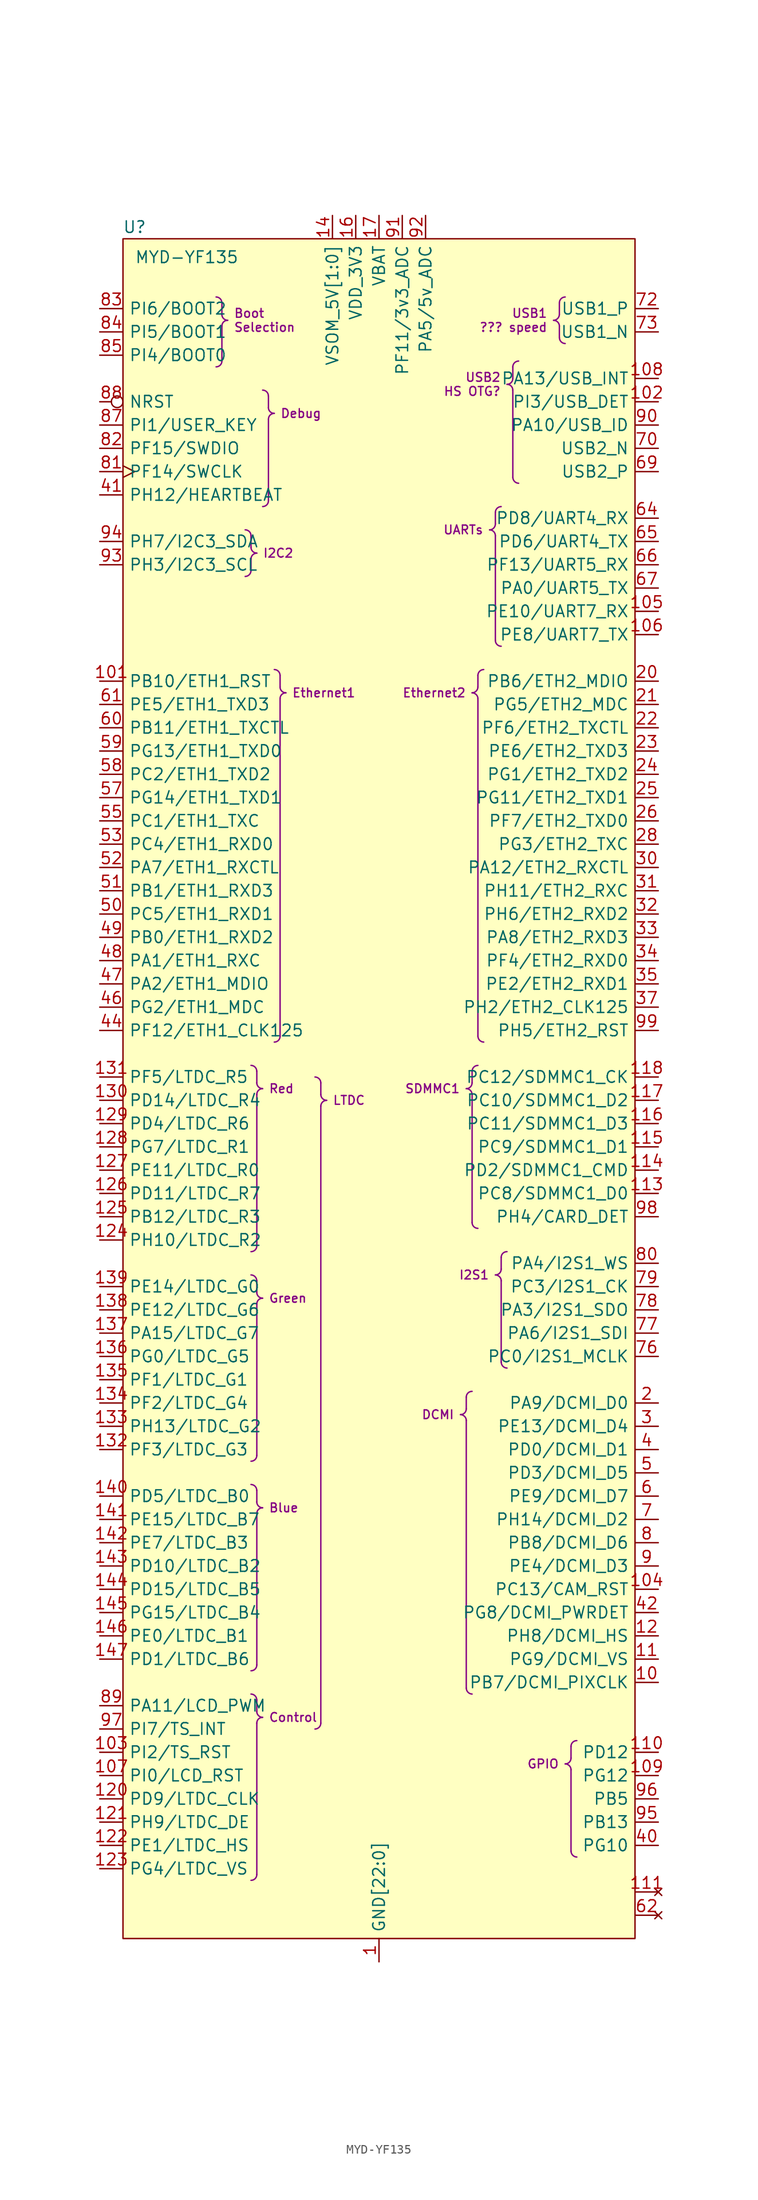
<source format=kicad_sym>
(kicad_symbol_lib
  (version 20231120)
  (generator "kicad_symbol_editor")
  (generator_version "8.0")
  (symbol "MYD-YF135"
    (pin_names
      (offset 0.635))
    (property "Reference" "U"
      (at 1.27 1.27 0)
      (do_not_autoplace)
      (effects (font (size 1.27 1.27))))
    (property "Value" "MYD-YF135"
      (at 1.27 -1.27 0)
      (do_not_autoplace)
      (effects (font (size 1.27 1.27)) (justify left top)))
    (symbol "MYD-YF135_1_0"
      (rectangle (start 0 0) (end 55.88 -185.42) (stroke (width 0) (type default)) (fill (type background)))
      (pin power_in line (at 27.94 -187.96 90) (length 2.54) (name "GND[22:0]" (effects (font (size 1.27 1.27)))) (number "1" (effects (font (size 1.27 1.27)))))
      (pin passive line (at 58.42 -157.48 180) (length 2.54) (name "PB7/DCMI_PIXCLK" (effects (font (size 1.27 1.27)))) (number "10" (effects (font (size 1.27 1.27)))))
      (pin power_in line (at 27.94 -187.96 90) (length 2.54) hide (name "GND[22:0]" (effects (font (size 1.27 1.27)))) (number "100" (effects (font (size 1.27 1.27)))))
      (pin passive line (at -2.54 -48.26 0) (length 2.54) (name "PB10/ETH1_RST" (effects (font (size 1.27 1.27)))) (number "101" (effects (font (size 1.27 1.27)))))
      (pin passive line (at 58.42 -17.78 180) (length 2.54) (name "PI3/USB_DET" (effects (font (size 1.27 1.27)))) (number "102" (effects (font (size 1.27 1.27)))))
      (pin passive line (at -2.54 -165.1 0) (length 2.54) (name "PI2/TS_RST" (effects (font (size 1.27 1.27)))) (number "103" (effects (font (size 1.27 1.27)))))
      (pin passive line (at 58.42 -147.32 180) (length 2.54) (name "PC13/CAM_RST" (effects (font (size 1.27 1.27)))) (number "104" (effects (font (size 1.27 1.27)))))
      (pin passive line (at 58.42 -40.64 180) (length 2.54) (name "PE10/UART7_RX" (effects (font (size 1.27 1.27)))) (number "105" (effects (font (size 1.27 1.27)))))
      (pin passive line (at 58.42 -43.18 180) (length 2.54) (name "PE8/UART7_TX" (effects (font (size 1.27 1.27)))) (number "106" (effects (font (size 1.27 1.27)))))
      (pin passive line (at -2.54 -167.64 0) (length 2.54) (name "PI0/LCD_RST" (effects (font (size 1.27 1.27)))) (number "107" (effects (font (size 1.27 1.27)))))
      (pin passive line (at 58.42 -15.24 180) (length 2.54) (name "PA13/USB_INT" (effects (font (size 1.27 1.27)))) (number "108" (effects (font (size 1.27 1.27)))))
      (pin passive line (at 58.42 -167.64 180) (length 2.54) (name "PG12" (effects (font (size 1.27 1.27)))) (number "109" (effects (font (size 1.27 1.27)))))
      (pin passive line (at 58.42 -154.94 180) (length 2.54) (name "PG9/DCMI_VS" (effects (font (size 1.27 1.27)))) (number "11" (effects (font (size 1.27 1.27)))))
      (pin passive line (at 58.42 -165.1 180) (length 2.54) (name "PD12" (effects (font (size 1.27 1.27)))) (number "110" (effects (font (size 1.27 1.27)))))
      (pin no_connect line (at 58.42 -180.34 180) (length 2.54) (name "" (effects (font (size 1.27 1.27)))) (number "111" (effects (font (size 1.27 1.27)))))
      (pin power_in line (at 27.94 -187.96 90) (length 2.54) hide (name "GND[22:0]" (effects (font (size 1.27 1.27)))) (number "112" (effects (font (size 1.27 1.27)))))
      (pin passive line (at 58.42 -104.14 180) (length 2.54) (name "PC8/SDMMC1_D0" (effects (font (size 1.27 1.27)))) (number "113" (effects (font (size 1.27 1.27)))))
      (pin passive line (at 58.42 -101.6 180) (length 2.54) (name "PD2/SDMMC1_CMD" (effects (font (size 1.27 1.27)))) (number "114" (effects (font (size 1.27 1.27)))))
      (pin passive line (at 58.42 -99.06 180) (length 2.54) (name "PC9/SDMMC1_D1" (effects (font (size 1.27 1.27)))) (number "115" (effects (font (size 1.27 1.27)))))
      (pin passive line (at 58.42 -96.52 180) (length 2.54) (name "PC11/SDMMC1_D3" (effects (font (size 1.27 1.27)))) (number "116" (effects (font (size 1.27 1.27)))))
      (pin passive line (at 58.42 -93.98 180) (length 2.54) (name "PC10/SDMMC1_D2" (effects (font (size 1.27 1.27)))) (number "117" (effects (font (size 1.27 1.27)))))
      (pin passive line (at 58.42 -91.44 180) (length 2.54) (name "PC12/SDMMC1_CK" (effects (font (size 1.27 1.27)))) (number "118" (effects (font (size 1.27 1.27)))))
      (pin power_in line (at 27.94 -187.96 90) (length 2.54) hide (name "GND[22:0]" (effects (font (size 1.27 1.27)))) (number "119" (effects (font (size 1.27 1.27)))))
      (pin passive line (at 58.42 -152.4 180) (length 2.54) (name "PH8/DCMI_HS" (effects (font (size 1.27 1.27)))) (number "12" (effects (font (size 1.27 1.27)))))
      (pin passive line (at -2.54 -170.18 0) (length 2.54) (name "PD9/LTDC_CLK" (effects (font (size 1.27 1.27)))) (number "120" (effects (font (size 1.27 1.27)))))
      (pin passive line (at -2.54 -172.72 0) (length 2.54) (name "PH9/LTDC_DE" (effects (font (size 1.27 1.27)))) (number "121" (effects (font (size 1.27 1.27)))))
      (pin passive line (at -2.54 -175.26 0) (length 2.54) (name "PE1/LTDC_HS" (effects (font (size 1.27 1.27)))) (number "122" (effects (font (size 1.27 1.27)))))
      (pin passive line (at -2.54 -177.8 0) (length 2.54) (name "PG4/LTDC_VS" (effects (font (size 1.27 1.27)))) (number "123" (effects (font (size 1.27 1.27)))))
      (pin passive line (at -2.54 -109.22 0) (length 2.54) (name "PH10/LTDC_R2" (effects (font (size 1.27 1.27)))) (number "124" (effects (font (size 1.27 1.27)))))
      (pin passive line (at -2.54 -106.68 0) (length 2.54) (name "PB12/LTDC_R3" (effects (font (size 1.27 1.27)))) (number "125" (effects (font (size 1.27 1.27)))))
      (pin passive line (at -2.54 -104.14 0) (length 2.54) (name "PD11/LTDC_R7" (effects (font (size 1.27 1.27)))) (number "126" (effects (font (size 1.27 1.27)))))
      (pin passive line (at -2.54 -101.6 0) (length 2.54) (name "PE11/LTDC_R0" (effects (font (size 1.27 1.27)))) (number "127" (effects (font (size 1.27 1.27)))))
      (pin passive line (at -2.54 -99.06 0) (length 2.54) (name "PG7/LTDC_R1" (effects (font (size 1.27 1.27)))) (number "128" (effects (font (size 1.27 1.27)))))
      (pin passive line (at -2.54 -96.52 0) (length 2.54) (name "PD4/LTDC_R6" (effects (font (size 1.27 1.27)))) (number "129" (effects (font (size 1.27 1.27)))))
      (pin power_in line (at 27.94 -187.96 90) (length 2.54) hide (name "GND[22:0]" (effects (font (size 1.27 1.27)))) (number "13" (effects (font (size 1.27 1.27)))))
      (pin passive line (at -2.54 -93.98 0) (length 2.54) (name "PD14/LTDC_R4" (effects (font (size 1.27 1.27)))) (number "130" (effects (font (size 1.27 1.27)))))
      (pin passive line (at -2.54 -91.44 0) (length 2.54) (name "PF5/LTDC_R5" (effects (font (size 1.27 1.27)))) (number "131" (effects (font (size 1.27 1.27)))))
      (pin passive line (at -2.54 -132.08 0) (length 2.54) (name "PF3/LTDC_G3" (effects (font (size 1.27 1.27)))) (number "132" (effects (font (size 1.27 1.27)))))
      (pin passive line (at -2.54 -129.54 0) (length 2.54) (name "PH13/LTDC_G2" (effects (font (size 1.27 1.27)))) (number "133" (effects (font (size 1.27 1.27)))))
      (pin passive line (at -2.54 -127 0) (length 2.54) (name "PF2/LTDC_G4" (effects (font (size 1.27 1.27)))) (number "134" (effects (font (size 1.27 1.27)))))
      (pin passive line (at -2.54 -124.46 0) (length 2.54) (name "PF1/LTDC_G1" (effects (font (size 1.27 1.27)))) (number "135" (effects (font (size 1.27 1.27)))))
      (pin passive line (at -2.54 -121.92 0) (length 2.54) (name "PG0/LTDC_G5" (effects (font (size 1.27 1.27)))) (number "136" (effects (font (size 1.27 1.27)))))
      (pin passive line (at -2.54 -119.38 0) (length 2.54) (name "PA15/LTDC_G7" (effects (font (size 1.27 1.27)))) (number "137" (effects (font (size 1.27 1.27)))))
      (pin passive line (at -2.54 -116.84 0) (length 2.54) (name "PE12/LTDC_G6" (effects (font (size 1.27 1.27)))) (number "138" (effects (font (size 1.27 1.27)))))
      (pin passive line (at -2.54 -114.3 0) (length 2.54) (name "PE14/LTDC_G0" (effects (font (size 1.27 1.27)))) (number "139" (effects (font (size 1.27 1.27)))))
      (pin power_in line (at 22.86 2.54 270) (length 2.54) (name "VSOM_5V[1:0]" (effects (font (size 1.27 1.27)))) (number "14" (effects (font (size 1.27 1.27)))))
      (pin passive line (at -2.54 -137.16 0) (length 2.54) (name "PD5/LTDC_B0" (effects (font (size 1.27 1.27)))) (number "140" (effects (font (size 1.27 1.27)))))
      (pin passive line (at -2.54 -139.7 0) (length 2.54) (name "PE15/LTDC_B7" (effects (font (size 1.27 1.27)))) (number "141" (effects (font (size 1.27 1.27)))))
      (pin passive line (at -2.54 -142.24 0) (length 2.54) (name "PE7/LTDC_B3" (effects (font (size 1.27 1.27)))) (number "142" (effects (font (size 1.27 1.27)))))
      (pin passive line (at -2.54 -144.78 0) (length 2.54) (name "PD10/LTDC_B2" (effects (font (size 1.27 1.27)))) (number "143" (effects (font (size 1.27 1.27)))))
      (pin passive line (at -2.54 -147.32 0) (length 2.54) (name "PD15/LTDC_B5" (effects (font (size 1.27 1.27)))) (number "144" (effects (font (size 1.27 1.27)))))
      (pin passive line (at -2.54 -149.86 0) (length 2.54) (name "PG15/LTDC_B4" (effects (font (size 1.27 1.27)))) (number "145" (effects (font (size 1.27 1.27)))))
      (pin passive line (at -2.54 -152.4 0) (length 2.54) (name "PE0/LTDC_B1" (effects (font (size 1.27 1.27)))) (number "146" (effects (font (size 1.27 1.27)))))
      (pin passive line (at -2.54 -154.94 0) (length 2.54) (name "PD1/LTDC_B6" (effects (font (size 1.27 1.27)))) (number "147" (effects (font (size 1.27 1.27)))))
      (pin power_in line (at 27.94 -187.96 90) (length 2.54) hide (name "GND[22:0]" (effects (font (size 1.27 1.27)))) (number "148" (effects (font (size 1.27 1.27)))))
      (pin power_in line (at 22.86 2.54 270) (length 2.54) hide (name "VSOM_5V[1:0]" (effects (font (size 1.27 1.27)))) (number "15" (effects (font (size 1.27 1.27)))))
      (pin power_in line (at 25.4 2.54 270) (length 2.54) (name "VDD_3V3" (effects (font (size 1.27 1.27)))) (number "16" (effects (font (size 1.27 1.27)))))
      (pin power_in line (at 27.94 2.54 270) (length 2.54) (name "VBAT" (effects (font (size 1.27 1.27)))) (number "17" (effects (font (size 1.27 1.27)))))
      (pin power_in line (at 27.94 -187.96 90) (length 2.54) hide (name "GND[22:0]" (effects (font (size 1.27 1.27)))) (number "18" (effects (font (size 1.27 1.27)))))
      (pin power_in line (at 27.94 -187.96 90) (length 2.54) hide (name "GND[22:0]" (effects (font (size 1.27 1.27)))) (number "19" (effects (font (size 1.27 1.27)))))
      (pin passive line (at 58.42 -127 180) (length 2.54) (name "PA9/DCMI_D0" (effects (font (size 1.27 1.27)))) (number "2" (effects (font (size 1.27 1.27)))))
      (pin passive line (at 58.42 -48.26 180) (length 2.54) (name "PB6/ETH2_MDIO" (effects (font (size 1.27 1.27)))) (number "20" (effects (font (size 1.27 1.27)))))
      (pin passive line (at 58.42 -50.8 180) (length 2.54) (name "PG5/ETH2_MDC" (effects (font (size 1.27 1.27)))) (number "21" (effects (font (size 1.27 1.27)))))
      (pin passive line (at 58.42 -53.34 180) (length 2.54) (name "PF6/ETH2_TXCTL" (effects (font (size 1.27 1.27)))) (number "22" (effects (font (size 1.27 1.27)))))
      (pin passive line (at 58.42 -55.88 180) (length 2.54) (name "PE6/ETH2_TXD3" (effects (font (size 1.27 1.27)))) (number "23" (effects (font (size 1.27 1.27)))))
      (pin passive line (at 58.42 -58.42 180) (length 2.54) (name "PG1/ETH2_TXD2" (effects (font (size 1.27 1.27)))) (number "24" (effects (font (size 1.27 1.27)))))
      (pin passive line (at 58.42 -60.96 180) (length 2.54) (name "PG11/ETH2_TXD1" (effects (font (size 1.27 1.27)))) (number "25" (effects (font (size 1.27 1.27)))))
      (pin passive line (at 58.42 -63.5 180) (length 2.54) (name "PF7/ETH2_TXD0" (effects (font (size 1.27 1.27)))) (number "26" (effects (font (size 1.27 1.27)))))
      (pin power_in line (at 27.94 -187.96 90) (length 2.54) hide (name "GND[22:0]" (effects (font (size 1.27 1.27)))) (number "27" (effects (font (size 1.27 1.27)))))
      (pin passive line (at 58.42 -66.04 180) (length 2.54) (name "PG3/ETH2_TXC" (effects (font (size 1.27 1.27)))) (number "28" (effects (font (size 1.27 1.27)))))
      (pin power_in line (at 27.94 -187.96 90) (length 2.54) hide (name "GND[22:0]" (effects (font (size 1.27 1.27)))) (number "29" (effects (font (size 1.27 1.27)))))
      (pin passive line (at 58.42 -129.54 180) (length 2.54) (name "PE13/DCMI_D4" (effects (font (size 1.27 1.27)))) (number "3" (effects (font (size 1.27 1.27)))))
      (pin passive line (at 58.42 -68.58 180) (length 2.54) (name "PA12/ETH2_RXCTL" (effects (font (size 1.27 1.27)))) (number "30" (effects (font (size 1.27 1.27)))))
      (pin passive line (at 58.42 -71.12 180) (length 2.54) (name "PH11/ETH2_RXC" (effects (font (size 1.27 1.27)))) (number "31" (effects (font (size 1.27 1.27)))))
      (pin passive line (at 58.42 -73.66 180) (length 2.54) (name "PH6/ETH2_RXD2" (effects (font (size 1.27 1.27)))) (number "32" (effects (font (size 1.27 1.27)))))
      (pin passive line (at 58.42 -76.2 180) (length 2.54) (name "PA8/ETH2_RXD3" (effects (font (size 1.27 1.27)))) (number "33" (effects (font (size 1.27 1.27)))))
      (pin passive line (at 58.42 -78.74 180) (length 2.54) (name "PF4/ETH2_RXD0" (effects (font (size 1.27 1.27)))) (number "34" (effects (font (size 1.27 1.27)))))
      (pin passive line (at 58.42 -81.28 180) (length 2.54) (name "PE2/ETH2_RXD1" (effects (font (size 1.27 1.27)))) (number "35" (effects (font (size 1.27 1.27)))))
      (pin power_in line (at 27.94 -187.96 90) (length 2.54) hide (name "GND[22:0]" (effects (font (size 1.27 1.27)))) (number "36" (effects (font (size 1.27 1.27)))))
      (pin passive line (at 58.42 -83.82 180) (length 2.54) (name "PH2/ETH2_CLK125" (effects (font (size 1.27 1.27)))) (number "37" (effects (font (size 1.27 1.27)))))
      (pin power_in line (at 27.94 -187.96 90) (length 2.54) hide (name "GND[22:0]" (effects (font (size 1.27 1.27)))) (number "38" (effects (font (size 1.27 1.27)))))
      (pin power_in line (at 27.94 -187.96 90) (length 2.54) hide (name "GND[22:0]" (effects (font (size 1.27 1.27)))) (number "39" (effects (font (size 1.27 1.27)))))
      (pin passive line (at 58.42 -132.08 180) (length 2.54) (name "PD0/DCMI_D1" (effects (font (size 1.27 1.27)))) (number "4" (effects (font (size 1.27 1.27)))))
      (pin passive line (at 58.42 -175.26 180) (length 2.54) (name "PG10" (effects (font (size 1.27 1.27)))) (number "40" (effects (font (size 1.27 1.27)))))
      (pin passive line (at -2.54 -27.94 0) (length 2.54) (name "PH12/HEARTBEAT" (effects (font (size 1.27 1.27)))) (number "41" (effects (font (size 1.27 1.27)))))
      (pin passive line (at 58.42 -149.86 180) (length 2.54) (name "PG8/DCMI_PWRDET" (effects (font (size 1.27 1.27)))) (number "42" (effects (font (size 1.27 1.27)))))
      (pin power_in line (at 27.94 -187.96 90) (length 2.54) hide (name "GND[22:0]" (effects (font (size 1.27 1.27)))) (number "43" (effects (font (size 1.27 1.27)))))
      (pin passive line (at -2.54 -86.36 0) (length 2.54) (name "PF12/ETH1_CLK125" (effects (font (size 1.27 1.27)))) (number "44" (effects (font (size 1.27 1.27)))))
      (pin power_in line (at 27.94 -187.96 90) (length 2.54) hide (name "GND[22:0]" (effects (font (size 1.27 1.27)))) (number "45" (effects (font (size 1.27 1.27)))))
      (pin passive line (at -2.54 -83.82 0) (length 2.54) (name "PG2/ETH1_MDC" (effects (font (size 1.27 1.27)))) (number "46" (effects (font (size 1.27 1.27)))))
      (pin passive line (at -2.54 -81.28 0) (length 2.54) (name "PA2/ETH1_MDIO" (effects (font (size 1.27 1.27)))) (number "47" (effects (font (size 1.27 1.27)))))
      (pin passive line (at -2.54 -78.74 0) (length 2.54) (name "PA1/ETH1_RXC" (effects (font (size 1.27 1.27)))) (number "48" (effects (font (size 1.27 1.27)))))
      (pin passive line (at -2.54 -76.2 0) (length 2.54) (name "PB0/ETH1_RXD2" (effects (font (size 1.27 1.27)))) (number "49" (effects (font (size 1.27 1.27)))))
      (pin passive line (at 58.42 -134.62 180) (length 2.54) (name "PD3/DCMI_D5" (effects (font (size 1.27 1.27)))) (number "5" (effects (font (size 1.27 1.27)))))
      (pin passive line (at -2.54 -73.66 0) (length 2.54) (name "PC5/ETH1_RXD1" (effects (font (size 1.27 1.27)))) (number "50" (effects (font (size 1.27 1.27)))))
      (pin passive line (at -2.54 -71.12 0) (length 2.54) (name "PB1/ETH1_RXD3" (effects (font (size 1.27 1.27)))) (number "51" (effects (font (size 1.27 1.27)))))
      (pin passive line (at -2.54 -68.58 0) (length 2.54) (name "PA7/ETH1_RXCTL" (effects (font (size 1.27 1.27)))) (number "52" (effects (font (size 1.27 1.27)))))
      (pin passive line (at -2.54 -66.04 0) (length 2.54) (name "PC4/ETH1_RXD0" (effects (font (size 1.27 1.27)))) (number "53" (effects (font (size 1.27 1.27)))))
      (pin power_in line (at 27.94 -187.96 90) (length 2.54) hide (name "GND[22:0]" (effects (font (size 1.27 1.27)))) (number "54" (effects (font (size 1.27 1.27)))))
      (pin passive line (at -2.54 -63.5 0) (length 2.54) (name "PC1/ETH1_TXC" (effects (font (size 1.27 1.27)))) (number "55" (effects (font (size 1.27 1.27)))))
      (pin power_in line (at 27.94 -187.96 90) (length 2.54) hide (name "GND[22:0]" (effects (font (size 1.27 1.27)))) (number "56" (effects (font (size 1.27 1.27)))))
      (pin passive line (at -2.54 -60.96 0) (length 2.54) (name "PG14/ETH1_TXD1" (effects (font (size 1.27 1.27)))) (number "57" (effects (font (size 1.27 1.27)))))
      (pin passive line (at -2.54 -58.42 0) (length 2.54) (name "PC2/ETH1_TXD2" (effects (font (size 1.27 1.27)))) (number "58" (effects (font (size 1.27 1.27)))))
      (pin passive line (at -2.54 -55.88 0) (length 2.54) (name "PG13/ETH1_TXD0" (effects (font (size 1.27 1.27)))) (number "59" (effects (font (size 1.27 1.27)))))
      (pin passive line (at 58.42 -137.16 180) (length 2.54) (name "PE9/DCMI_D7" (effects (font (size 1.27 1.27)))) (number "6" (effects (font (size 1.27 1.27)))))
      (pin passive line (at -2.54 -53.34 0) (length 2.54) (name "PB11/ETH1_TXCTL" (effects (font (size 1.27 1.27)))) (number "60" (effects (font (size 1.27 1.27)))))
      (pin passive line (at -2.54 -50.8 0) (length 2.54) (name "PE5/ETH1_TXD3" (effects (font (size 1.27 1.27)))) (number "61" (effects (font (size 1.27 1.27)))))
      (pin no_connect line (at 58.42 -182.88 180) (length 2.54) (name "" (effects (font (size 1.27 1.27)))) (number "62" (effects (font (size 1.27 1.27)))))
      (pin power_in line (at 27.94 -187.96 90) (length 2.54) hide (name "GND[22:0]" (effects (font (size 1.27 1.27)))) (number "63" (effects (font (size 1.27 1.27)))))
      (pin passive line (at 58.42 -30.48 180) (length 2.54) (name "PD8/UART4_RX" (effects (font (size 1.27 1.27)))) (number "64" (effects (font (size 1.27 1.27)))))
      (pin passive line (at 58.42 -33.02 180) (length 2.54) (name "PD6/UART4_TX" (effects (font (size 1.27 1.27)))) (number "65" (effects (font (size 1.27 1.27)))))
      (pin passive line (at 58.42 -35.56 180) (length 2.54) (name "PF13/UART5_RX" (effects (font (size 1.27 1.27)))) (number "66" (effects (font (size 1.27 1.27)))))
      (pin passive line (at 58.42 -38.1 180) (length 2.54) (name "PA0/UART5_TX" (effects (font (size 1.27 1.27)))) (number "67" (effects (font (size 1.27 1.27)))))
      (pin power_in line (at 27.94 -187.96 90) (length 2.54) hide (name "GND[22:0]" (effects (font (size 1.27 1.27)))) (number "68" (effects (font (size 1.27 1.27)))))
      (pin passive line (at 58.42 -25.4 180) (length 2.54) (name "USB2_P" (effects (font (size 1.27 1.27)))) (number "69" (effects (font (size 1.27 1.27)))))
      (pin passive line (at 58.42 -139.7 180) (length 2.54) (name "PH14/DCMI_D2" (effects (font (size 1.27 1.27)))) (number "7" (effects (font (size 1.27 1.27)))))
      (pin passive line (at 58.42 -22.86 180) (length 2.54) (name "USB2_N" (effects (font (size 1.27 1.27)))) (number "70" (effects (font (size 1.27 1.27)))))
      (pin power_in line (at 27.94 -187.96 90) (length 2.54) hide (name "GND[22:0]" (effects (font (size 1.27 1.27)))) (number "71" (effects (font (size 1.27 1.27)))))
      (pin passive line (at 58.42 -7.62 180) (length 2.54) (name "USB1_P" (effects (font (size 1.27 1.27)))) (number "72" (effects (font (size 1.27 1.27)))))
      (pin passive line (at 58.42 -10.16 180) (length 2.54) (name "USB1_N" (effects (font (size 1.27 1.27)))) (number "73" (effects (font (size 1.27 1.27)))))
      (pin power_in line (at 27.94 -187.96 90) (length 2.54) hide (name "GND[22:0]" (effects (font (size 1.27 1.27)))) (number "74" (effects (font (size 1.27 1.27)))))
      (pin power_in line (at 27.94 -187.96 90) (length 2.54) hide (name "GND[22:0]" (effects (font (size 1.27 1.27)))) (number "75" (effects (font (size 1.27 1.27)))))
      (pin passive line (at 58.42 -121.92 180) (length 2.54) (name "PC0/I2S1_MCLK" (effects (font (size 1.27 1.27)))) (number "76" (effects (font (size 1.27 1.27)))))
      (pin passive line (at 58.42 -119.38 180) (length 2.54) (name "PA6/I2S1_SDI" (effects (font (size 1.27 1.27)))) (number "77" (effects (font (size 1.27 1.27)))))
      (pin passive line (at 58.42 -116.84 180) (length 2.54) (name "PA3/I2S1_SDO" (effects (font (size 1.27 1.27)))) (number "78" (effects (font (size 1.27 1.27)))))
      (pin passive line (at 58.42 -114.3 180) (length 2.54) (name "PC3/I2S1_CK" (effects (font (size 1.27 1.27)))) (number "79" (effects (font (size 1.27 1.27)))))
      (pin passive line (at 58.42 -142.24 180) (length 2.54) (name "PB8/DCMI_D6" (effects (font (size 1.27 1.27)))) (number "8" (effects (font (size 1.27 1.27)))))
      (pin passive line (at 58.42 -111.76 180) (length 2.54) (name "PA4/I2S1_WS" (effects (font (size 1.27 1.27)))) (number "80" (effects (font (size 1.27 1.27)))))
      (pin passive clock (at -2.54 -25.4 0) (length 2.54) (name "PF14/SWCLK" (effects (font (size 1.27 1.27)))) (number "81" (effects (font (size 1.27 1.27)))))
      (pin passive line (at -2.54 -22.86 0) (length 2.54) (name "PF15/SWDIO" (effects (font (size 1.27 1.27)))) (number "82" (effects (font (size 1.27 1.27)))))
      (pin passive line (at -2.54 -7.62 0) (length 2.54) (name "PI6/BOOT2" (effects (font (size 1.27 1.27)))) (number "83" (effects (font (size 1.27 1.27)))))
      (pin passive line (at -2.54 -10.16 0) (length 2.54) (name "PI5/BOOT1" (effects (font (size 1.27 1.27)))) (number "84" (effects (font (size 1.27 1.27)))))
      (pin passive line (at -2.54 -12.7 0) (length 2.54) (name "PI4/BOOT0" (effects (font (size 1.27 1.27)))) (number "85" (effects (font (size 1.27 1.27)))))
      (pin power_in line (at 27.94 -187.96 90) (length 2.54) hide (name "GND[22:0]" (effects (font (size 1.27 1.27)))) (number "86" (effects (font (size 1.27 1.27)))))
      (pin passive line (at -2.54 -20.32 0) (length 2.54) (name "PI1/USER_KEY" (effects (font (size 1.27 1.27)))) (number "87" (effects (font (size 1.27 1.27)))))
      (pin passive inverted (at -2.54 -17.78 0) (length 2.54) (name "NRST" (effects (font (size 1.27 1.27)))) (number "88" (effects (font (size 1.27 1.27)))))
      (pin passive line (at -2.54 -160.02 0) (length 2.54) (name "PA11/LCD_PWM" (effects (font (size 1.27 1.27)))) (number "89" (effects (font (size 1.27 1.27)))))
      (pin passive line (at 58.42 -144.78 180) (length 2.54) (name "PE4/DCMI_D3" (effects (font (size 1.27 1.27)))) (number "9" (effects (font (size 1.27 1.27)))))
      (pin passive line (at 58.42 -20.32 180) (length 2.54) (name "PA10/USB_ID" (effects (font (size 1.27 1.27)))) (number "90" (effects (font (size 1.27 1.27)))))
      (pin passive line (at 30.48 2.54 270) (length 2.54) (name "PF11/3v3_ADC" (effects (font (size 1.27 1.27)))) (number "91" (effects (font (size 1.27 1.27)))))
      (pin passive line (at 33.02 2.54 270) (length 2.54) (name "PA5/5v_ADC" (effects (font (size 1.27 1.27)))) (number "92" (effects (font (size 1.27 1.27)))))
      (pin passive line (at -2.54 -35.56 0) (length 2.54) (name "PH3/I2C3_SCL" (effects (font (size 1.27 1.27)))) (number "93" (effects (font (size 1.27 1.27)))))
      (pin passive line (at -2.54 -33.02 0) (length 2.54) (name "PH7/I2C3_SDA" (effects (font (size 1.27 1.27)))) (number "94" (effects (font (size 1.27 1.27)))))
      (pin passive line (at 58.42 -172.72 180) (length 2.54) (name "PB13" (effects (font (size 1.27 1.27)))) (number "95" (effects (font (size 1.27 1.27)))))
      (pin passive line (at 58.42 -170.18 180) (length 2.54) (name "PB5" (effects (font (size 1.27 1.27)))) (number "96" (effects (font (size 1.27 1.27)))))
      (pin passive line (at -2.54 -162.56 0) (length 2.54) (name "PI7/TS_INT" (effects (font (size 1.27 1.27)))) (number "97" (effects (font (size 1.27 1.27)))))
      (pin passive line (at 58.42 -106.68 180) (length 2.54) (name "PH4/CARD_DET" (effects (font (size 1.27 1.27)))) (number "98" (effects (font (size 1.27 1.27)))))
      (pin passive line (at 58.42 -86.36 180) (length 2.54) (name "PH5/ETH2_RST" (effects (font (size 1.27 1.27)))) (number "99" (effects (font (size 1.27 1.27))))))
    (symbol "MYD-YF135_1_1"
      (polyline (pts (xy 10.795 -9.525) (xy 10.795 -13.335)) (stroke (width 0) (type default) (color 132 0 132 1)) (fill (type none)))
      (polyline (pts (xy 10.795 -6.985) (xy 10.795 -8.255)) (stroke (width 0) (type default) (color 132 0 132 1)) (fill (type none)))
      (polyline (pts (xy 13.97 -34.925) (xy 13.97 -36.195)) (stroke (width 0) (type default) (color 132 0 132 1)) (fill (type none)))
      (polyline (pts (xy 13.97 -32.385) (xy 13.97 -33.655)) (stroke (width 0) (type default) (color 132 0 132 1)) (fill (type none)))
      (polyline (pts (xy 14.605 -161.925) (xy 14.605 -178.435)) (stroke (width 0) (type default) (color 132 0 132 1)) (fill (type none)))
      (polyline (pts (xy 14.605 -159.385) (xy 14.605 -160.655)) (stroke (width 0) (type default) (color 132 0 132 1)) (fill (type none)))
      (polyline (pts (xy 14.605 -139.065) (xy 14.605 -155.575)) (stroke (width 0) (type default) (color 132 0 132 1)) (fill (type none)))
      (polyline (pts (xy 14.605 -136.525) (xy 14.605 -137.795)) (stroke (width 0) (type default) (color 132 0 132 1)) (fill (type none)))
      (polyline (pts (xy 14.605 -116.205) (xy 14.605 -132.715)) (stroke (width 0) (type default) (color 132 0 132 1)) (fill (type none)))
      (polyline (pts (xy 14.605 -113.665) (xy 14.605 -114.935)) (stroke (width 0) (type default) (color 132 0 132 1)) (fill (type none)))
      (polyline (pts (xy 14.605 -93.345) (xy 14.605 -109.855)) (stroke (width 0) (type default) (color 132 0 132 1)) (fill (type none)))
      (polyline (pts (xy 14.605 -90.805) (xy 14.605 -92.075)) (stroke (width 0) (type default) (color 132 0 132 1)) (fill (type none)))
      (polyline (pts (xy 15.875 -19.685) (xy 15.875 -28.575)) (stroke (width 0) (type default) (color 132 0 132 1)) (fill (type none)))
      (polyline (pts (xy 15.875 -17.145) (xy 15.875 -18.415)) (stroke (width 0) (type default) (color 132 0 132 1)) (fill (type none)))
      (polyline (pts (xy 17.145 -50.165) (xy 17.145 -86.995)) (stroke (width 0) (type default) (color 132 0 132 1)) (fill (type none)))
      (polyline (pts (xy 17.145 -47.625) (xy 17.145 -48.895)) (stroke (width 0) (type default) (color 132 0 132 1)) (fill (type none)))
      (polyline (pts (xy 21.59 -94.615) (xy 21.59 -161.925)) (stroke (width 0) (type default) (color 132 0 132 1)) (fill (type none)))
      (polyline (pts (xy 21.59 -92.075) (xy 21.59 -93.345)) (stroke (width 0) (type default) (color 132 0 132 1)) (fill (type none)))
      (polyline (pts (xy 37.465 -128.905) (xy 37.465 -158.115)) (stroke (width 0) (type default) (color 132 0 132 1)) (fill (type none)))
      (polyline (pts (xy 37.465 -126.365) (xy 37.465 -127.635)) (stroke (width 0) (type default) (color 132 0 132 1)) (fill (type none)))
      (polyline (pts (xy 38.1 -93.345) (xy 38.1 -107.315)) (stroke (width 0) (type default) (color 132 0 132 1)) (fill (type none)))
      (polyline (pts (xy 38.1 -90.805) (xy 38.1 -92.075)) (stroke (width 0) (type default) (color 132 0 132 1)) (fill (type none)))
      (polyline (pts (xy 38.735 -50.165) (xy 38.735 -86.995)) (stroke (width 0) (type default) (color 132 0 132 1)) (fill (type none)))
      (polyline (pts (xy 38.735 -47.625) (xy 38.735 -48.895)) (stroke (width 0) (type default) (color 132 0 132 1)) (fill (type none)))
      (polyline (pts (xy 40.64 -32.385) (xy 40.64 -43.815)) (stroke (width 0) (type default) (color 132 0 132 1)) (fill (type none)))
      (polyline (pts (xy 40.64 -29.845) (xy 40.64 -31.115)) (stroke (width 0) (type default) (color 132 0 132 1)) (fill (type none)))
      (polyline (pts (xy 41.275 -113.665) (xy 41.275 -122.555)) (stroke (width 0) (type default) (color 132 0 132 1)) (fill (type none)))
      (polyline (pts (xy 41.275 -111.125) (xy 41.275 -112.395)) (stroke (width 0) (type default) (color 132 0 132 1)) (fill (type none)))
      (polyline (pts (xy 42.545 -16.51) (xy 42.545 -26.035)) (stroke (width 0) (type default) (color 132 0 132 1)) (fill (type none)))
      (polyline (pts (xy 42.545 -13.97) (xy 42.545 -15.24)) (stroke (width 0) (type default) (color 132 0 132 1)) (fill (type none)))
      (polyline (pts (xy 47.625 -9.525) (xy 47.625 -10.795)) (stroke (width 0) (type default) (color 132 0 132 1)) (fill (type none)))
      (polyline (pts (xy 47.625 -6.985) (xy 47.625 -8.255)) (stroke (width 0) (type default) (color 132 0 132 1)) (fill (type none)))
      (polyline (pts (xy 48.895 -167.005) (xy 48.895 -175.895)) (stroke (width 0) (type default) (color 132 0 132 1)) (fill (type none)))
      (polyline (pts (xy 48.895 -164.465) (xy 48.895 -165.735)) (stroke (width 0) (type default) (color 132 0 132 1)) (fill (type none)))
      (arc (start 10.16 -13.97) (mid 10.6108 -13.7843) (end 10.795 -13.335) (stroke (width 0) (type default) (color 132 0 132 1)) (fill (type none)))
      (arc (start 10.795 -8.255) (mid 10.981 -8.704) (end 11.43 -8.89) (stroke (width 0) (type default) (color 132 0 132 1)) (fill (type none)))
      (arc (start 10.795 -6.985) (mid 10.609 -6.536) (end 10.16 -6.35) (stroke (width 0) (type default) (color 132 0 132 1)) (fill (type none)))
      (arc (start 11.43 -8.89) (mid 10.9792 -9.0757) (end 10.795 -9.525) (stroke (width 0) (type default) (color 132 0 132 1)) (fill (type none)))
      (arc (start 13.335 -36.83) (mid 13.7826 -36.6426) (end 13.97 -36.195) (stroke (width 0) (type default) (color 132 0 132 1)) (fill (type none)))
      (arc (start 13.97 -179.07) (mid 14.4208 -178.8843) (end 14.605 -178.435) (stroke (width 0) (type default) (color 132 0 132 1)) (fill (type none)))
      (arc (start 13.97 -156.21) (mid 14.4208 -156.0243) (end 14.605 -155.575) (stroke (width 0) (type default) (color 132 0 132 1)) (fill (type none)))
      (arc (start 13.97 -133.35) (mid 14.4208 -133.1643) (end 14.605 -132.715) (stroke (width 0) (type default) (color 132 0 132 1)) (fill (type none)))
      (arc (start 13.97 -110.49) (mid 14.4208 -110.3043) (end 14.605 -109.855) (stroke (width 0) (type default) (color 132 0 132 1)) (fill (type none)))
      (arc (start 13.97 -33.655) (mid 14.156 -34.104) (end 14.605 -34.29) (stroke (width 0) (type default) (color 132 0 132 1)) (fill (type none)))
      (arc (start 13.97 -32.385) (mid 13.784 -31.936) (end 13.335 -31.75) (stroke (width 0) (type default) (color 132 0 132 1)) (fill (type none)))
      (arc (start 14.605 -160.655) (mid 14.7927 -161.1008) (end 15.24 -161.29) (stroke (width 0) (type default) (color 132 0 132 1)) (fill (type none)))
      (arc (start 14.605 -159.385) (mid 14.4173 -158.9392) (end 13.97 -158.75) (stroke (width 0) (type default) (color 132 0 132 1)) (fill (type none)))
      (arc (start 14.605 -137.795) (mid 14.7927 -138.2408) (end 15.24 -138.43) (stroke (width 0) (type default) (color 132 0 132 1)) (fill (type none)))
      (arc (start 14.605 -136.525) (mid 14.4173 -136.0792) (end 13.97 -135.89) (stroke (width 0) (type default) (color 132 0 132 1)) (fill (type none)))
      (arc (start 14.605 -114.935) (mid 14.7927 -115.3808) (end 15.24 -115.57) (stroke (width 0) (type default) (color 132 0 132 1)) (fill (type none)))
      (arc (start 14.605 -113.665) (mid 14.4173 -113.2192) (end 13.97 -113.03) (stroke (width 0) (type default) (color 132 0 132 1)) (fill (type none)))
      (arc (start 14.605 -92.075) (mid 14.7927 -92.5208) (end 15.24 -92.71) (stroke (width 0) (type default) (color 132 0 132 1)) (fill (type none)))
      (arc (start 14.605 -90.805) (mid 14.4173 -90.3592) (end 13.97 -90.17) (stroke (width 0) (type default) (color 132 0 132 1)) (fill (type none)))
      (arc (start 14.605 -34.29) (mid 14.1574 -34.4774) (end 13.97 -34.925) (stroke (width 0) (type default) (color 132 0 132 1)) (fill (type none)))
      (arc (start 15.24 -161.29) (mid 14.7892 -161.4757) (end 14.605 -161.925) (stroke (width 0) (type default) (color 132 0 132 1)) (fill (type none)))
      (arc (start 15.24 -138.43) (mid 14.7892 -138.6157) (end 14.605 -139.065) (stroke (width 0) (type default) (color 132 0 132 1)) (fill (type none)))
      (arc (start 15.24 -115.57) (mid 14.7892 -115.7557) (end 14.605 -116.205) (stroke (width 0) (type default) (color 132 0 132 1)) (fill (type none)))
      (arc (start 15.24 -92.71) (mid 14.7892 -92.8957) (end 14.605 -93.345) (stroke (width 0) (type default) (color 132 0 132 1)) (fill (type none)))
      (arc (start 15.24 -29.21) (mid 15.6908 -29.0243) (end 15.875 -28.575) (stroke (width 0) (type default) (color 132 0 132 1)) (fill (type none)))
      (arc (start 15.875 -18.415) (mid 16.061 -18.864) (end 16.51 -19.05) (stroke (width 0) (type default) (color 132 0 132 1)) (fill (type none)))
      (arc (start 15.875 -17.145) (mid 15.689 -16.696) (end 15.24 -16.51) (stroke (width 0) (type default) (color 132 0 132 1)) (fill (type none)))
      (arc (start 16.51 -87.63) (mid 16.9608 -87.4443) (end 17.145 -86.995) (stroke (width 0) (type default) (color 132 0 132 1)) (fill (type none)))
      (arc (start 16.51 -19.05) (mid 16.0592 -19.2357) (end 15.875 -19.685) (stroke (width 0) (type default) (color 132 0 132 1)) (fill (type none)))
      (arc (start 17.145 -48.895) (mid 17.331 -49.344) (end 17.78 -49.53) (stroke (width 0) (type default) (color 132 0 132 1)) (fill (type none)))
      (arc (start 17.145 -47.625) (mid 16.959 -47.176) (end 16.51 -46.99) (stroke (width 0) (type default) (color 132 0 132 1)) (fill (type none)))
      (arc (start 17.78 -49.53) (mid 17.3292 -49.7157) (end 17.145 -50.165) (stroke (width 0) (type default) (color 132 0 132 1)) (fill (type none)))
      (arc (start 20.955 -162.56) (mid 21.4026 -162.3726) (end 21.59 -161.925) (stroke (width 0) (type default) (color 132 0 132 1)) (fill (type none)))
      (arc (start 21.59 -93.345) (mid 21.7774 -93.7926) (end 22.225 -93.98) (stroke (width 0) (type default) (color 132 0 132 1)) (fill (type none)))
      (arc (start 21.59 -92.075) (mid 21.4026 -91.6274) (end 20.955 -91.44) (stroke (width 0) (type default) (color 132 0 132 1)) (fill (type none)))
      (arc (start 22.225 -93.98) (mid 21.7774 -94.1674) (end 21.59 -94.615) (stroke (width 0) (type default) (color 132 0 132 1)) (fill (type none)))
      (arc (start 36.83 -128.27) (mid 37.2808 -128.0843) (end 37.465 -127.635) (stroke (width 0) (type default) (color 132 0 132 1)) (fill (type none)))
      (arc (start 37.465 -158.115) (mid 37.6527 -158.5608) (end 38.1 -158.75) (stroke (width 0) (type default) (color 132 0 132 1)) (fill (type none)))
      (arc (start 37.465 -128.905) (mid 37.2773 -128.4592) (end 36.83 -128.27) (stroke (width 0) (type default) (color 132 0 132 1)) (fill (type none)))
      (arc (start 37.465 -92.71) (mid 37.9126 -92.5226) (end 38.1 -92.075) (stroke (width 0) (type default) (color 132 0 132 1)) (fill (type none)))
      (arc (start 38.1 -125.73) (mid 37.6492 -125.9157) (end 37.465 -126.365) (stroke (width 0) (type default) (color 132 0 132 1)) (fill (type none)))
      (arc (start 38.1 -107.315) (mid 38.2874 -107.7626) (end 38.735 -107.95) (stroke (width 0) (type default) (color 132 0 132 1)) (fill (type none)))
      (arc (start 38.1 -93.345) (mid 37.9126 -92.8974) (end 37.465 -92.71) (stroke (width 0) (type default) (color 132 0 132 1)) (fill (type none)))
      (arc (start 38.1 -49.53) (mid 38.549 -49.344) (end 38.735 -48.895) (stroke (width 0) (type default) (color 132 0 132 1)) (fill (type none)))
      (arc (start 38.735 -90.17) (mid 38.2874 -90.3574) (end 38.1 -90.805) (stroke (width 0) (type default) (color 132 0 132 1)) (fill (type none)))
      (arc (start 38.735 -86.995) (mid 38.9227 -87.4408) (end 39.37 -87.63) (stroke (width 0) (type default) (color 132 0 132 1)) (fill (type none)))
      (arc (start 38.735 -50.165) (mid 38.5473 -49.7192) (end 38.1 -49.53) (stroke (width 0) (type default) (color 132 0 132 1)) (fill (type none)))
      (arc (start 39.37 -46.99) (mid 38.921 -47.176) (end 38.735 -47.625) (stroke (width 0) (type default) (color 132 0 132 1)) (fill (type none)))
      (arc (start 40.005 -31.75) (mid 40.454 -31.564) (end 40.64 -31.115) (stroke (width 0) (type default) (color 132 0 132 1)) (fill (type none)))
      (arc (start 40.64 -113.03) (mid 41.0908 -112.8443) (end 41.275 -112.395) (stroke (width 0) (type default) (color 132 0 132 1)) (fill (type none)))
      (arc (start 40.64 -43.815) (mid 40.8274 -44.2626) (end 41.275 -44.45) (stroke (width 0) (type default) (color 132 0 132 1)) (fill (type none)))
      (arc (start 40.64 -32.385) (mid 40.4526 -31.9374) (end 40.005 -31.75) (stroke (width 0) (type default) (color 132 0 132 1)) (fill (type none)))
      (arc (start 41.275 -122.555) (mid 41.4627 -123.0008) (end 41.91 -123.19) (stroke (width 0) (type default) (color 132 0 132 1)) (fill (type none)))
      (arc (start 41.275 -113.665) (mid 41.0873 -113.2192) (end 40.64 -113.03) (stroke (width 0) (type default) (color 132 0 132 1)) (fill (type none)))
      (arc (start 41.275 -29.21) (mid 40.826 -29.396) (end 40.64 -29.845) (stroke (width 0) (type default) (color 132 0 132 1)) (fill (type none)))
      (arc (start 41.91 -110.49) (mid 41.4592 -110.6757) (end 41.275 -111.125) (stroke (width 0) (type default) (color 132 0 132 1)) (fill (type none)))
      (arc (start 41.91 -15.875) (mid 42.359 -15.689) (end 42.545 -15.24) (stroke (width 0) (type default) (color 132 0 132 1)) (fill (type none)))
      (arc (start 42.545 -26.035) (mid 42.7327 -26.4808) (end 43.18 -26.67) (stroke (width 0) (type default) (color 132 0 132 1)) (fill (type none)))
      (arc (start 42.545 -16.51) (mid 42.359 -16.061) (end 41.91 -15.875) (stroke (width 0) (type default) (color 132 0 132 1)) (fill (type none)))
      (arc (start 43.18 -13.335) (mid 42.731 -13.521) (end 42.545 -13.97) (stroke (width 0) (type default) (color 132 0 132 1)) (fill (type none)))
      (arc (start 46.99 -8.89) (mid 47.439 -8.704) (end 47.625 -8.255) (stroke (width 0) (type default) (color 132 0 132 1)) (fill (type none)))
      (arc (start 47.625 -10.795) (mid 47.8127 -11.2408) (end 48.26 -11.43) (stroke (width 0) (type default) (color 132 0 132 1)) (fill (type none)))
      (arc (start 47.625 -9.525) (mid 47.4373 -9.0792) (end 46.99 -8.89) (stroke (width 0) (type default) (color 132 0 132 1)) (fill (type none)))
      (arc (start 48.26 -166.37) (mid 48.7108 -166.1843) (end 48.895 -165.735) (stroke (width 0) (type default) (color 132 0 132 1)) (fill (type none)))
      (arc (start 48.26 -6.35) (mid 47.811 -6.536) (end 47.625 -6.985) (stroke (width 0) (type default) (color 132 0 132 1)) (fill (type none)))
      (arc (start 48.895 -175.895) (mid 49.0827 -176.3408) (end 49.53 -176.53) (stroke (width 0) (type default) (color 132 0 132 1)) (fill (type none)))
      (arc (start 48.895 -167.005) (mid 48.7073 -166.5592) (end 48.26 -166.37) (stroke (width 0) (type default) (color 132 0 132 1)) (fill (type none)))
      (arc (start 49.53 -163.83) (mid 49.0792 -164.0157) (end 48.895 -164.465) (stroke (width 0) (type default) (color 132 0 132 1)) (fill (type none)))
      (text "Blue" (at 15.875 -138.43 0) (effects (font (size 0.953 0.953) (color 132 0 132 1)) (justify left)))
      (text "Boot\nSelection" (at 12.065 -8.89 0) (effects (font (size 0.953 0.953) (color 132 0 132 1)) (justify left)))
      (text "Control" (at 15.875 -161.29 0) (effects (font (size 0.953 0.953) (color 132 0 132 1)) (justify left)))
      (text "DCMI" (at 36.195 -128.27 0) (effects (font (size 0.953 0.953) (color 132 0 132 1)) (justify right)))
      (text "Debug" (at 17.145 -19.05 0) (effects (font (size 0.953 0.953) (color 132 0 132 1)) (justify left)))
      (text "Ethernet1" (at 18.415 -49.53 0) (effects (font (size 0.953 0.953) (color 132 0 132 1)) (justify left)))
      (text "Ethernet2" (at 37.465 -49.53 0) (effects (font (size 0.953 0.953) (color 132 0 132 1)) (justify right)))
      (text "GPIO" (at 47.625 -166.37 0) (effects (font (size 0.953 0.953) (color 132 0 132 1)) (justify right)))
      (text "Green" (at 15.875 -115.57 0) (effects (font (size 0.953 0.953) (color 132 0 132 1)) (justify left)))
      (text "I2C2" (at 15.24 -34.29 0) (effects (font (size 0.953 0.953) (color 132 0 132 1)) (justify left)))
      (text "I2S1" (at 40.005 -113.03 0) (effects (font (size 0.953 0.953) (color 132 0 132 1)) (justify right)))
      (text "LTDC" (at 22.86 -93.98 0) (effects (font (size 0.953 0.953) (color 132 0 132 1)) (justify left)))
      (text "Red" (at 15.875 -92.71 0) (effects (font (size 0.953 0.953) (color 132 0 132 1)) (justify left)))
      (text "SDMMC1" (at 36.83 -92.71 0) (effects (font (size 0.953 0.953) (color 132 0 132 1)) (justify right)))
      (text "UARTs" (at 39.37 -31.75 0) (effects (font (size 0.953 0.953) (color 132 0 132 1)) (justify right)))
      (text "USB1\n??? speed" (at 46.355 -8.89 0) (effects (font (size 0.953 0.953) (color 132 0 132 1)) (justify right)))
      (text "USB2\nHS OTG?" (at 41.275 -15.875 0) (effects (font (size 0.953 0.953) (color 132 0 132 1)) (justify right))))))
</source>
